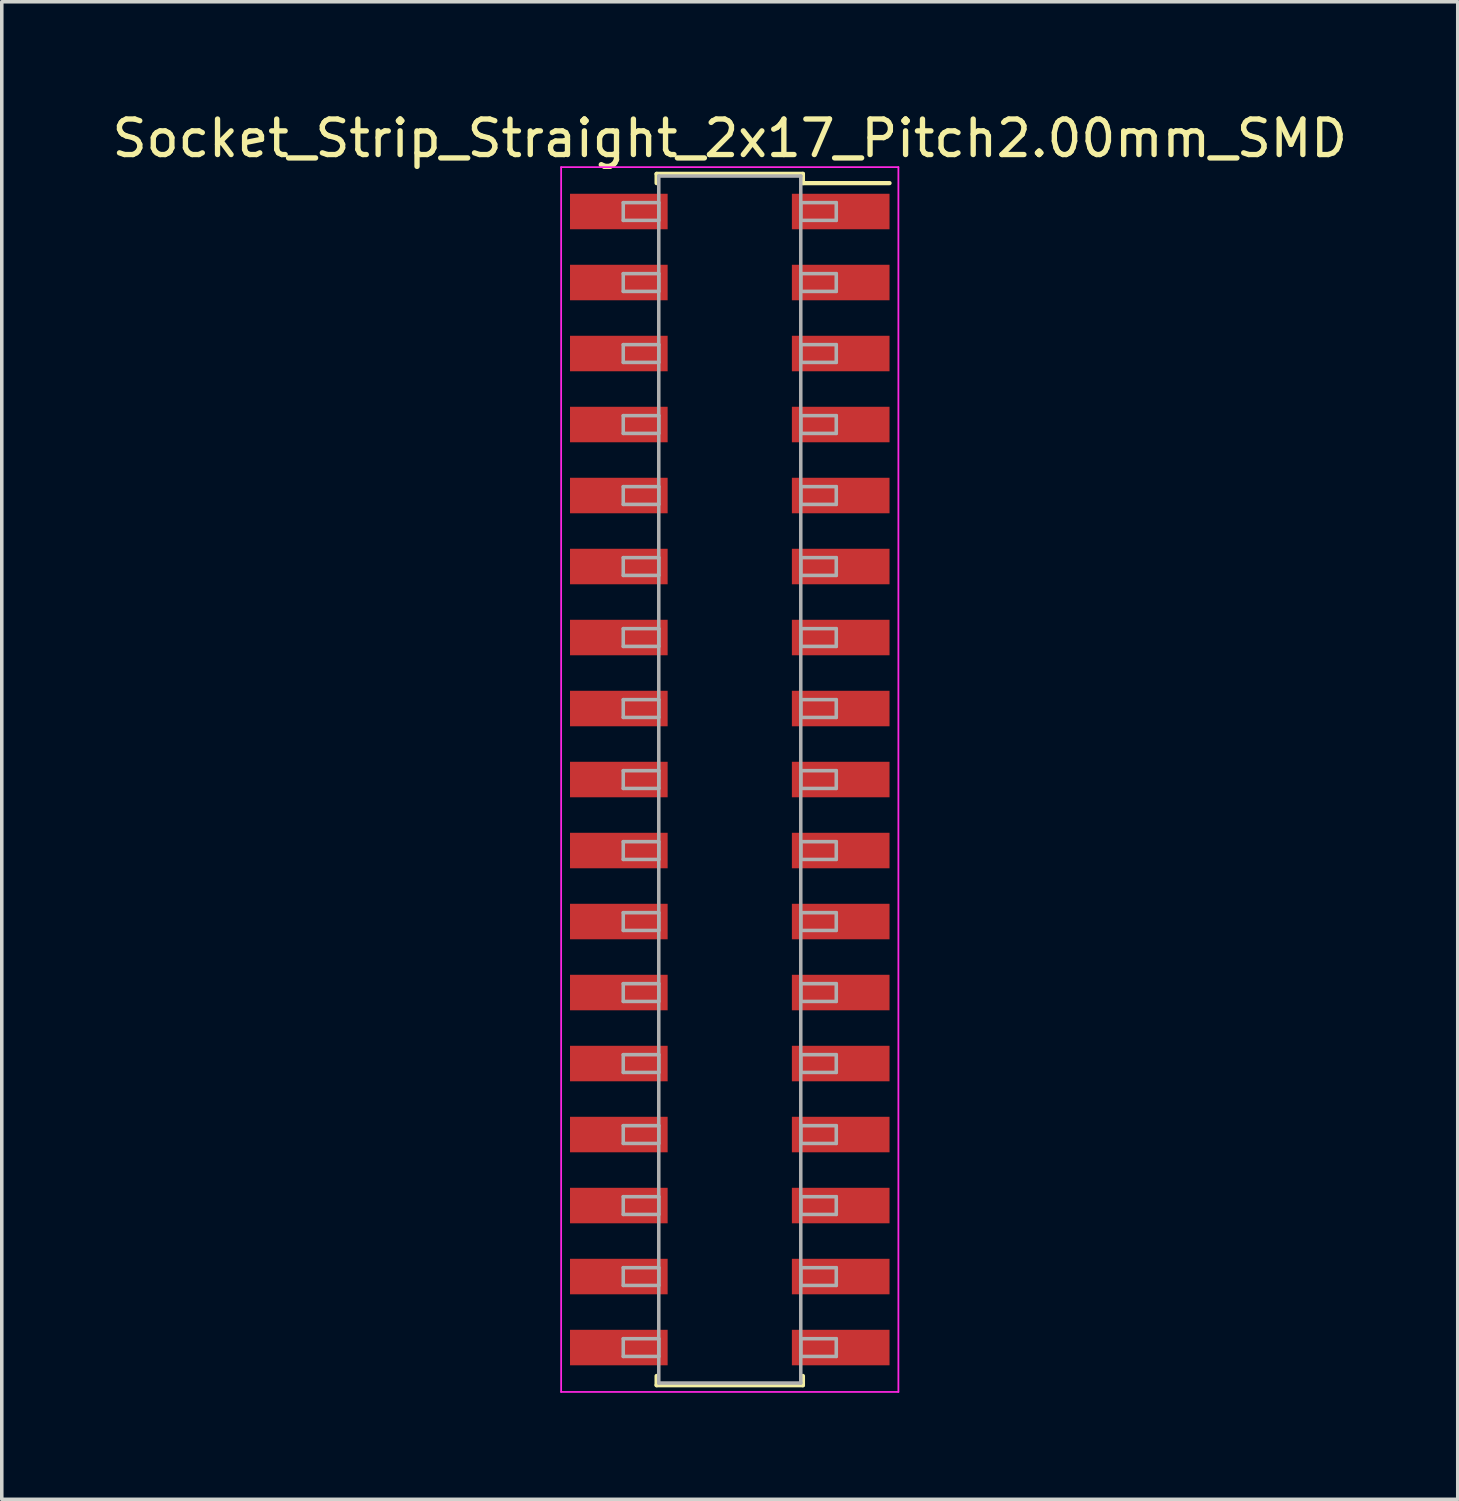
<source format=kicad_pcb>
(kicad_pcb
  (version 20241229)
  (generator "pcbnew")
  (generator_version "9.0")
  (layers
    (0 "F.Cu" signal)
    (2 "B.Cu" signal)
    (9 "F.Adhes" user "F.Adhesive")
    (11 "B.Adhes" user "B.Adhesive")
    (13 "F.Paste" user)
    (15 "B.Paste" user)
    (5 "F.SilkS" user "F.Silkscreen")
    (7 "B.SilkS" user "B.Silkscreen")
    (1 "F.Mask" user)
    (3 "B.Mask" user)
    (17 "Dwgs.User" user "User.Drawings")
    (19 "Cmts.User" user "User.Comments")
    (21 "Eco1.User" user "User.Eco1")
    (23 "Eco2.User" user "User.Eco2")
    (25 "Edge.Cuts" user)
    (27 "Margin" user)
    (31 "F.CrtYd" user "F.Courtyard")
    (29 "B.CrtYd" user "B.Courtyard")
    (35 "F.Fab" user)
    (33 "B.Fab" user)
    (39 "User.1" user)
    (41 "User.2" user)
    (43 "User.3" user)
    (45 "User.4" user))
  (footprint "Socket_Strip_Straight_2x17_Pitch2.00mm_SMD"
    (layer "F.Cu")
    (at 17.506 18.908)
    (property "Reference" "Socket_Strip_Straight_2x17_Pitch2.00mm_SMD" (at 0 -18.06 0) (layer "F.SilkS") (effects (font (size 1 1) (thickness 0.15))))
    (attr smd)
    (fp_line (start -2.06 -17.06) (end 2.06 -17.06) (stroke (width 0.12) (type solid)) (layer "F.SilkS"))
    (fp_line (start -2.06 -16.8) (end -2.06 -17.06) (stroke (width 0.12) (type solid)) (layer "F.SilkS"))
    (fp_line (start -2.06 16.8) (end -2.06 17.06) (stroke (width 0.12) (type solid)) (layer "F.SilkS"))
    (fp_line (start -2.06 17.06) (end 2.06 17.06) (stroke (width 0.12) (type solid)) (layer "F.SilkS"))
    (fp_line (start 2.06 -17.06) (end 2.06 -16.8) (stroke (width 0.12) (type solid)) (layer "F.SilkS"))
    (fp_line (start 2.06 17.06) (end 2.06 16.8) (stroke (width 0.12) (type solid)) (layer "F.SilkS"))
    (fp_line (start 4.5 -16.8) (end 2.06 -16.8) (stroke (width 0.12) (type solid)) (layer "F.SilkS"))
    (fp_line (start -4.75 -17.25) (end -4.75 17.25) (stroke (width 0.05) (type solid)) (layer "F.CrtYd"))
    (fp_line (start -4.75 17.25) (end 4.75 17.25) (stroke (width 0.05) (type solid)) (layer "F.CrtYd"))
    (fp_line (start 4.75 -17.25) (end -4.75 -17.25) (stroke (width 0.05) (type solid)) (layer "F.CrtYd"))
    (fp_line (start 4.75 17.25) (end 4.75 -17.25) (stroke (width 0.05) (type solid)) (layer "F.CrtYd"))
    (fp_line (start -3 -16.25) (end -2 -16.25) (stroke (width 0.1) (type solid)) (layer "F.Fab"))
    (fp_line (start -3 -15.75) (end -3 -16.25) (stroke (width 0.1) (type solid)) (layer "F.Fab"))
    (fp_line (start -3 -14.25) (end -2 -14.25) (stroke (width 0.1) (type solid)) (layer "F.Fab"))
    (fp_line (start -3 -13.75) (end -3 -14.25) (stroke (width 0.1) (type solid)) (layer "F.Fab"))
    (fp_line (start -3 -12.25) (end -2 -12.25) (stroke (width 0.1) (type solid)) (layer "F.Fab"))
    (fp_line (start -3 -11.75) (end -3 -12.25) (stroke (width 0.1) (type solid)) (layer "F.Fab"))
    (fp_line (start -3 -10.25) (end -2 -10.25) (stroke (width 0.1) (type solid)) (layer "F.Fab"))
    (fp_line (start -3 -9.75) (end -3 -10.25) (stroke (width 0.1) (type solid)) (layer "F.Fab"))
    (fp_line (start -3 -8.25) (end -2 -8.25) (stroke (width 0.1) (type solid)) (layer "F.Fab"))
    (fp_line (start -3 -7.75) (end -3 -8.25) (stroke (width 0.1) (type solid)) (layer "F.Fab"))
    (fp_line (start -3 -6.25) (end -2 -6.25) (stroke (width 0.1) (type solid)) (layer "F.Fab"))
    (fp_line (start -3 -5.75) (end -3 -6.25) (stroke (width 0.1) (type solid)) (layer "F.Fab"))
    (fp_line (start -3 -4.25) (end -2 -4.25) (stroke (width 0.1) (type solid)) (layer "F.Fab"))
    (fp_line (start -3 -3.75) (end -3 -4.25) (stroke (width 0.1) (type solid)) (layer "F.Fab"))
    (fp_line (start -3 -2.25) (end -2 -2.25) (stroke (width 0.1) (type solid)) (layer "F.Fab"))
    (fp_line (start -3 -1.75) (end -3 -2.25) (stroke (width 0.1) (type solid)) (layer "F.Fab"))
    (fp_line (start -3 -0.25) (end -2 -0.25) (stroke (width 0.1) (type solid)) (layer "F.Fab"))
    (fp_line (start -3 0.25) (end -3 -0.25) (stroke (width 0.1) (type solid)) (layer "F.Fab"))
    (fp_line (start -3 1.75) (end -2 1.75) (stroke (width 0.1) (type solid)) (layer "F.Fab"))
    (fp_line (start -3 2.25) (end -3 1.75) (stroke (width 0.1) (type solid)) (layer "F.Fab"))
    (fp_line (start -3 3.75) (end -2 3.75) (stroke (width 0.1) (type solid)) (layer "F.Fab"))
    (fp_line (start -3 4.25) (end -3 3.75) (stroke (width 0.1) (type solid)) (layer "F.Fab"))
    (fp_line (start -3 5.75) (end -2 5.75) (stroke (width 0.1) (type solid)) (layer "F.Fab"))
    (fp_line (start -3 6.25) (end -3 5.75) (stroke (width 0.1) (type solid)) (layer "F.Fab"))
    (fp_line (start -3 7.75) (end -2 7.75) (stroke (width 0.1) (type solid)) (layer "F.Fab"))
    (fp_line (start -3 8.25) (end -3 7.75) (stroke (width 0.1) (type solid)) (layer "F.Fab"))
    (fp_line (start -3 9.75) (end -2 9.75) (stroke (width 0.1) (type solid)) (layer "F.Fab"))
    (fp_line (start -3 10.25) (end -3 9.75) (stroke (width 0.1) (type solid)) (layer "F.Fab"))
    (fp_line (start -3 11.75) (end -2 11.75) (stroke (width 0.1) (type solid)) (layer "F.Fab"))
    (fp_line (start -3 12.25) (end -3 11.75) (stroke (width 0.1) (type solid)) (layer "F.Fab"))
    (fp_line (start -3 13.75) (end -2 13.75) (stroke (width 0.1) (type solid)) (layer "F.Fab"))
    (fp_line (start -3 14.25) (end -3 13.75) (stroke (width 0.1) (type solid)) (layer "F.Fab"))
    (fp_line (start -3 15.75) (end -2 15.75) (stroke (width 0.1) (type solid)) (layer "F.Fab"))
    (fp_line (start -3 16.25) (end -3 15.75) (stroke (width 0.1) (type solid)) (layer "F.Fab"))
    (fp_line (start -2 -17) (end -2 17) (stroke (width 0.1) (type solid)) (layer "F.Fab"))
    (fp_line (start -2 -16.25) (end -2 -15.75) (stroke (width 0.1) (type solid)) (layer "F.Fab"))
    (fp_line (start -2 -15.75) (end -3 -15.75) (stroke (width 0.1) (type solid)) (layer "F.Fab"))
    (fp_line (start -2 -14.25) (end -2 -13.75) (stroke (width 0.1) (type solid)) (layer "F.Fab"))
    (fp_line (start -2 -13.75) (end -3 -13.75) (stroke (width 0.1) (type solid)) (layer "F.Fab"))
    (fp_line (start -2 -12.25) (end -2 -11.75) (stroke (width 0.1) (type solid)) (layer "F.Fab"))
    (fp_line (start -2 -11.75) (end -3 -11.75) (stroke (width 0.1) (type solid)) (layer "F.Fab"))
    (fp_line (start -2 -10.25) (end -2 -9.75) (stroke (width 0.1) (type solid)) (layer "F.Fab"))
    (fp_line (start -2 -9.75) (end -3 -9.75) (stroke (width 0.1) (type solid)) (layer "F.Fab"))
    (fp_line (start -2 -8.25) (end -2 -7.75) (stroke (width 0.1) (type solid)) (layer "F.Fab"))
    (fp_line (start -2 -7.75) (end -3 -7.75) (stroke (width 0.1) (type solid)) (layer "F.Fab"))
    (fp_line (start -2 -6.25) (end -2 -5.75) (stroke (width 0.1) (type solid)) (layer "F.Fab"))
    (fp_line (start -2 -5.75) (end -3 -5.75) (stroke (width 0.1) (type solid)) (layer "F.Fab"))
    (fp_line (start -2 -4.25) (end -2 -3.75) (stroke (width 0.1) (type solid)) (layer "F.Fab"))
    (fp_line (start -2 -3.75) (end -3 -3.75) (stroke (width 0.1) (type solid)) (layer "F.Fab"))
    (fp_line (start -2 -2.25) (end -2 -1.75) (stroke (width 0.1) (type solid)) (layer "F.Fab"))
    (fp_line (start -2 -1.75) (end -3 -1.75) (stroke (width 0.1) (type solid)) (layer "F.Fab"))
    (fp_line (start -2 -0.25) (end -2 0.25) (stroke (width 0.1) (type solid)) (layer "F.Fab"))
    (fp_line (start -2 0.25) (end -3 0.25) (stroke (width 0.1) (type solid)) (layer "F.Fab"))
    (fp_line (start -2 1.75) (end -2 2.25) (stroke (width 0.1) (type solid)) (layer "F.Fab"))
    (fp_line (start -2 2.25) (end -3 2.25) (stroke (width 0.1) (type solid)) (layer "F.Fab"))
    (fp_line (start -2 3.75) (end -2 4.25) (stroke (width 0.1) (type solid)) (layer "F.Fab"))
    (fp_line (start -2 4.25) (end -3 4.25) (stroke (width 0.1) (type solid)) (layer "F.Fab"))
    (fp_line (start -2 5.75) (end -2 6.25) (stroke (width 0.1) (type solid)) (layer "F.Fab"))
    (fp_line (start -2 6.25) (end -3 6.25) (stroke (width 0.1) (type solid)) (layer "F.Fab"))
    (fp_line (start -2 7.75) (end -2 8.25) (stroke (width 0.1) (type solid)) (layer "F.Fab"))
    (fp_line (start -2 8.25) (end -3 8.25) (stroke (width 0.1) (type solid)) (layer "F.Fab"))
    (fp_line (start -2 9.75) (end -2 10.25) (stroke (width 0.1) (type solid)) (layer "F.Fab"))
    (fp_line (start -2 10.25) (end -3 10.25) (stroke (width 0.1) (type solid)) (layer "F.Fab"))
    (fp_line (start -2 11.75) (end -2 12.25) (stroke (width 0.1) (type solid)) (layer "F.Fab"))
    (fp_line (start -2 12.25) (end -3 12.25) (stroke (width 0.1) (type solid)) (layer "F.Fab"))
    (fp_line (start -2 13.75) (end -2 14.25) (stroke (width 0.1) (type solid)) (layer "F.Fab"))
    (fp_line (start -2 14.25) (end -3 14.25) (stroke (width 0.1) (type solid)) (layer "F.Fab"))
    (fp_line (start -2 15.75) (end -2 16.25) (stroke (width 0.1) (type solid)) (layer "F.Fab"))
    (fp_line (start -2 16.25) (end -3 16.25) (stroke (width 0.1) (type solid)) (layer "F.Fab"))
    (fp_line (start -2 17) (end 2 17) (stroke (width 0.1) (type solid)) (layer "F.Fab"))
    (fp_line (start 2 -17) (end -2 -17) (stroke (width 0.1) (type solid)) (layer "F.Fab"))
    (fp_line (start 2 -16.25) (end 2 -15.75) (stroke (width 0.1) (type solid)) (layer "F.Fab"))
    (fp_line (start 2 -15.75) (end 3 -15.75) (stroke (width 0.1) (type solid)) (layer "F.Fab"))
    (fp_line (start 2 -14.25) (end 2 -13.75) (stroke (width 0.1) (type solid)) (layer "F.Fab"))
    (fp_line (start 2 -13.75) (end 3 -13.75) (stroke (width 0.1) (type solid)) (layer "F.Fab"))
    (fp_line (start 2 -12.25) (end 2 -11.75) (stroke (width 0.1) (type solid)) (layer "F.Fab"))
    (fp_line (start 2 -11.75) (end 3 -11.75) (stroke (width 0.1) (type solid)) (layer "F.Fab"))
    (fp_line (start 2 -10.25) (end 2 -9.75) (stroke (width 0.1) (type solid)) (layer "F.Fab"))
    (fp_line (start 2 -9.75) (end 3 -9.75) (stroke (width 0.1) (type solid)) (layer "F.Fab"))
    (fp_line (start 2 -8.25) (end 2 -7.75) (stroke (width 0.1) (type solid)) (layer "F.Fab"))
    (fp_line (start 2 -7.75) (end 3 -7.75) (stroke (width 0.1) (type solid)) (layer "F.Fab"))
    (fp_line (start 2 -6.25) (end 2 -5.75) (stroke (width 0.1) (type solid)) (layer "F.Fab"))
    (fp_line (start 2 -5.75) (end 3 -5.75) (stroke (width 0.1) (type solid)) (layer "F.Fab"))
    (fp_line (start 2 -4.25) (end 2 -3.75) (stroke (width 0.1) (type solid)) (layer "F.Fab"))
    (fp_line (start 2 -3.75) (end 3 -3.75) (stroke (width 0.1) (type solid)) (layer "F.Fab"))
    (fp_line (start 2 -2.25) (end 2 -1.75) (stroke (width 0.1) (type solid)) (layer "F.Fab"))
    (fp_line (start 2 -1.75) (end 3 -1.75) (stroke (width 0.1) (type solid)) (layer "F.Fab"))
    (fp_line (start 2 -0.25) (end 2 0.25) (stroke (width 0.1) (type solid)) (layer "F.Fab"))
    (fp_line (start 2 0.25) (end 3 0.25) (stroke (width 0.1) (type solid)) (layer "F.Fab"))
    (fp_line (start 2 1.75) (end 2 2.25) (stroke (width 0.1) (type solid)) (layer "F.Fab"))
    (fp_line (start 2 2.25) (end 3 2.25) (stroke (width 0.1) (type solid)) (layer "F.Fab"))
    (fp_line (start 2 3.75) (end 2 4.25) (stroke (width 0.1) (type solid)) (layer "F.Fab"))
    (fp_line (start 2 4.25) (end 3 4.25) (stroke (width 0.1) (type solid)) (layer "F.Fab"))
    (fp_line (start 2 5.75) (end 2 6.25) (stroke (width 0.1) (type solid)) (layer "F.Fab"))
    (fp_line (start 2 6.25) (end 3 6.25) (stroke (width 0.1) (type solid)) (layer "F.Fab"))
    (fp_line (start 2 7.75) (end 2 8.25) (stroke (width 0.1) (type solid)) (layer "F.Fab"))
    (fp_line (start 2 8.25) (end 3 8.25) (stroke (width 0.1) (type solid)) (layer "F.Fab"))
    (fp_line (start 2 9.75) (end 2 10.25) (stroke (width 0.1) (type solid)) (layer "F.Fab"))
    (fp_line (start 2 10.25) (end 3 10.25) (stroke (width 0.1) (type solid)) (layer "F.Fab"))
    (fp_line (start 2 11.75) (end 2 12.25) (stroke (width 0.1) (type solid)) (layer "F.Fab"))
    (fp_line (start 2 12.25) (end 3 12.25) (stroke (width 0.1) (type solid)) (layer "F.Fab"))
    (fp_line (start 2 13.75) (end 2 14.25) (stroke (width 0.1) (type solid)) (layer "F.Fab"))
    (fp_line (start 2 14.25) (end 3 14.25) (stroke (width 0.1) (type solid)) (layer "F.Fab"))
    (fp_line (start 2 15.75) (end 2 16.25) (stroke (width 0.1) (type solid)) (layer "F.Fab"))
    (fp_line (start 2 16.25) (end 3 16.25) (stroke (width 0.1) (type solid)) (layer "F.Fab"))
    (fp_line (start 2 17) (end 2 -17) (stroke (width 0.1) (type solid)) (layer "F.Fab"))
    (fp_line (start 3 -16.25) (end 2 -16.25) (stroke (width 0.1) (type solid)) (layer "F.Fab"))
    (fp_line (start 3 -15.75) (end 3 -16.25) (stroke (width 0.1) (type solid)) (layer "F.Fab"))
    (fp_line (start 3 -14.25) (end 2 -14.25) (stroke (width 0.1) (type solid)) (layer "F.Fab"))
    (fp_line (start 3 -13.75) (end 3 -14.25) (stroke (width 0.1) (type solid)) (layer "F.Fab"))
    (fp_line (start 3 -12.25) (end 2 -12.25) (stroke (width 0.1) (type solid)) (layer "F.Fab"))
    (fp_line (start 3 -11.75) (end 3 -12.25) (stroke (width 0.1) (type solid)) (layer "F.Fab"))
    (fp_line (start 3 -10.25) (end 2 -10.25) (stroke (width 0.1) (type solid)) (layer "F.Fab"))
    (fp_line (start 3 -9.75) (end 3 -10.25) (stroke (width 0.1) (type solid)) (layer "F.Fab"))
    (fp_line (start 3 -8.25) (end 2 -8.25) (stroke (width 0.1) (type solid)) (layer "F.Fab"))
    (fp_line (start 3 -7.75) (end 3 -8.25) (stroke (width 0.1) (type solid)) (layer "F.Fab"))
    (fp_line (start 3 -6.25) (end 2 -6.25) (stroke (width 0.1) (type solid)) (layer "F.Fab"))
    (fp_line (start 3 -5.75) (end 3 -6.25) (stroke (width 0.1) (type solid)) (layer "F.Fab"))
    (fp_line (start 3 -4.25) (end 2 -4.25) (stroke (width 0.1) (type solid)) (layer "F.Fab"))
    (fp_line (start 3 -3.75) (end 3 -4.25) (stroke (width 0.1) (type solid)) (layer "F.Fab"))
    (fp_line (start 3 -2.25) (end 2 -2.25) (stroke (width 0.1) (type solid)) (layer "F.Fab"))
    (fp_line (start 3 -1.75) (end 3 -2.25) (stroke (width 0.1) (type solid)) (layer "F.Fab"))
    (fp_line (start 3 -0.25) (end 2 -0.25) (stroke (width 0.1) (type solid)) (layer "F.Fab"))
    (fp_line (start 3 0.25) (end 3 -0.25) (stroke (width 0.1) (type solid)) (layer "F.Fab"))
    (fp_line (start 3 1.75) (end 2 1.75) (stroke (width 0.1) (type solid)) (layer "F.Fab"))
    (fp_line (start 3 2.25) (end 3 1.75) (stroke (width 0.1) (type solid)) (layer "F.Fab"))
    (fp_line (start 3 3.75) (end 2 3.75) (stroke (width 0.1) (type solid)) (layer "F.Fab"))
    (fp_line (start 3 4.25) (end 3 3.75) (stroke (width 0.1) (type solid)) (layer "F.Fab"))
    (fp_line (start 3 5.75) (end 2 5.75) (stroke (width 0.1) (type solid)) (layer "F.Fab"))
    (fp_line (start 3 6.25) (end 3 5.75) (stroke (width 0.1) (type solid)) (layer "F.Fab"))
    (fp_line (start 3 7.75) (end 2 7.75) (stroke (width 0.1) (type solid)) (layer "F.Fab"))
    (fp_line (start 3 8.25) (end 3 7.75) (stroke (width 0.1) (type solid)) (layer "F.Fab"))
    (fp_line (start 3 9.75) (end 2 9.75) (stroke (width 0.1) (type solid)) (layer "F.Fab"))
    (fp_line (start 3 10.25) (end 3 9.75) (stroke (width 0.1) (type solid)) (layer "F.Fab"))
    (fp_line (start 3 11.75) (end 2 11.75) (stroke (width 0.1) (type solid)) (layer "F.Fab"))
    (fp_line (start 3 12.25) (end 3 11.75) (stroke (width 0.1) (type solid)) (layer "F.Fab"))
    (fp_line (start 3 13.75) (end 2 13.75) (stroke (width 0.1) (type solid)) (layer "F.Fab"))
    (fp_line (start 3 14.25) (end 3 13.75) (stroke (width 0.1) (type solid)) (layer "F.Fab"))
    (fp_line (start 3 15.75) (end 2 15.75) (stroke (width 0.1) (type solid)) (layer "F.Fab"))
    (fp_line (start 3 16.25) (end 3 15.75) (stroke (width 0.1) (type solid)) (layer "F.Fab"))
    (pad "1" smd rect (at 3.125 -16) (size 2.75 1) (layers "F.Cu" "F.Mask"))
    (pad "2" smd rect (at -3.125 -16) (size 2.75 1) (layers "F.Cu" "F.Mask"))
    (pad "3" smd rect (at 3.125 -14) (size 2.75 1) (layers "F.Cu" "F.Mask"))
    (pad "4" smd rect (at -3.125 -14) (size 2.75 1) (layers "F.Cu" "F.Mask"))
    (pad "5" smd rect (at 3.125 -12) (size 2.75 1) (layers "F.Cu" "F.Mask"))
    (pad "6" smd rect (at -3.125 -12) (size 2.75 1) (layers "F.Cu" "F.Mask"))
    (pad "7" smd rect (at 3.125 -10) (size 2.75 1) (layers "F.Cu" "F.Mask"))
    (pad "8" smd rect (at -3.125 -10) (size 2.75 1) (layers "F.Cu" "F.Mask"))
    (pad "9" smd rect (at 3.125 -8) (size 2.75 1) (layers "F.Cu" "F.Mask"))
    (pad "10" smd rect (at -3.125 -8) (size 2.75 1) (layers "F.Cu" "F.Mask"))
    (pad "11" smd rect (at 3.125 -6) (size 2.75 1) (layers "F.Cu" "F.Mask"))
    (pad "12" smd rect (at -3.125 -6) (size 2.75 1) (layers "F.Cu" "F.Mask"))
    (pad "13" smd rect (at 3.125 -4) (size 2.75 1) (layers "F.Cu" "F.Mask"))
    (pad "14" smd rect (at -3.125 -4) (size 2.75 1) (layers "F.Cu" "F.Mask"))
    (pad "15" smd rect (at 3.125 -2) (size 2.75 1) (layers "F.Cu" "F.Mask"))
    (pad "16" smd rect (at -3.125 -2) (size 2.75 1) (layers "F.Cu" "F.Mask"))
    (pad "17" smd rect (at 3.125 0) (size 2.75 1) (layers "F.Cu" "F.Mask"))
    (pad "18" smd rect (at -3.125 0) (size 2.75 1) (layers "F.Cu" "F.Mask"))
    (pad "19" smd rect (at 3.125 2) (size 2.75 1) (layers "F.Cu" "F.Mask"))
    (pad "20" smd rect (at -3.125 2) (size 2.75 1) (layers "F.Cu" "F.Mask"))
    (pad "21" smd rect (at 3.125 4) (size 2.75 1) (layers "F.Cu" "F.Mask"))
    (pad "22" smd rect (at -3.125 4) (size 2.75 1) (layers "F.Cu" "F.Mask"))
    (pad "23" smd rect (at 3.125 6) (size 2.75 1) (layers "F.Cu" "F.Mask"))
    (pad "24" smd rect (at -3.125 6) (size 2.75 1) (layers "F.Cu" "F.Mask"))
    (pad "25" smd rect (at 3.125 8) (size 2.75 1) (layers "F.Cu" "F.Mask"))
    (pad "26" smd rect (at -3.125 8) (size 2.75 1) (layers "F.Cu" "F.Mask"))
    (pad "27" smd rect (at 3.125 10) (size 2.75 1) (layers "F.Cu" "F.Mask"))
    (pad "28" smd rect (at -3.125 10) (size 2.75 1) (layers "F.Cu" "F.Mask"))
    (pad "29" smd rect (at 3.125 12) (size 2.75 1) (layers "F.Cu" "F.Mask"))
    (pad "30" smd rect (at -3.125 12) (size 2.75 1) (layers "F.Cu" "F.Mask"))
    (pad "31" smd rect (at 3.125 14) (size 2.75 1) (layers "F.Cu" "F.Mask"))
    (pad "32" smd rect (at -3.125 14) (size 2.75 1) (layers "F.Cu" "F.Mask"))
    (pad "33" smd rect (at 3.125 16) (size 2.75 1) (layers "F.Cu" "F.Mask"))
    (pad "34" smd rect (at -3.125 16) (size 2.75 1) (layers "F.Cu" "F.Mask")))
  (gr_rect
    (start -3 -3)
    (end 38.012 39.183)
    (stroke (width 0.1) (type default))
    (fill no)
    (layer "Edge.Cuts")))
</source>
